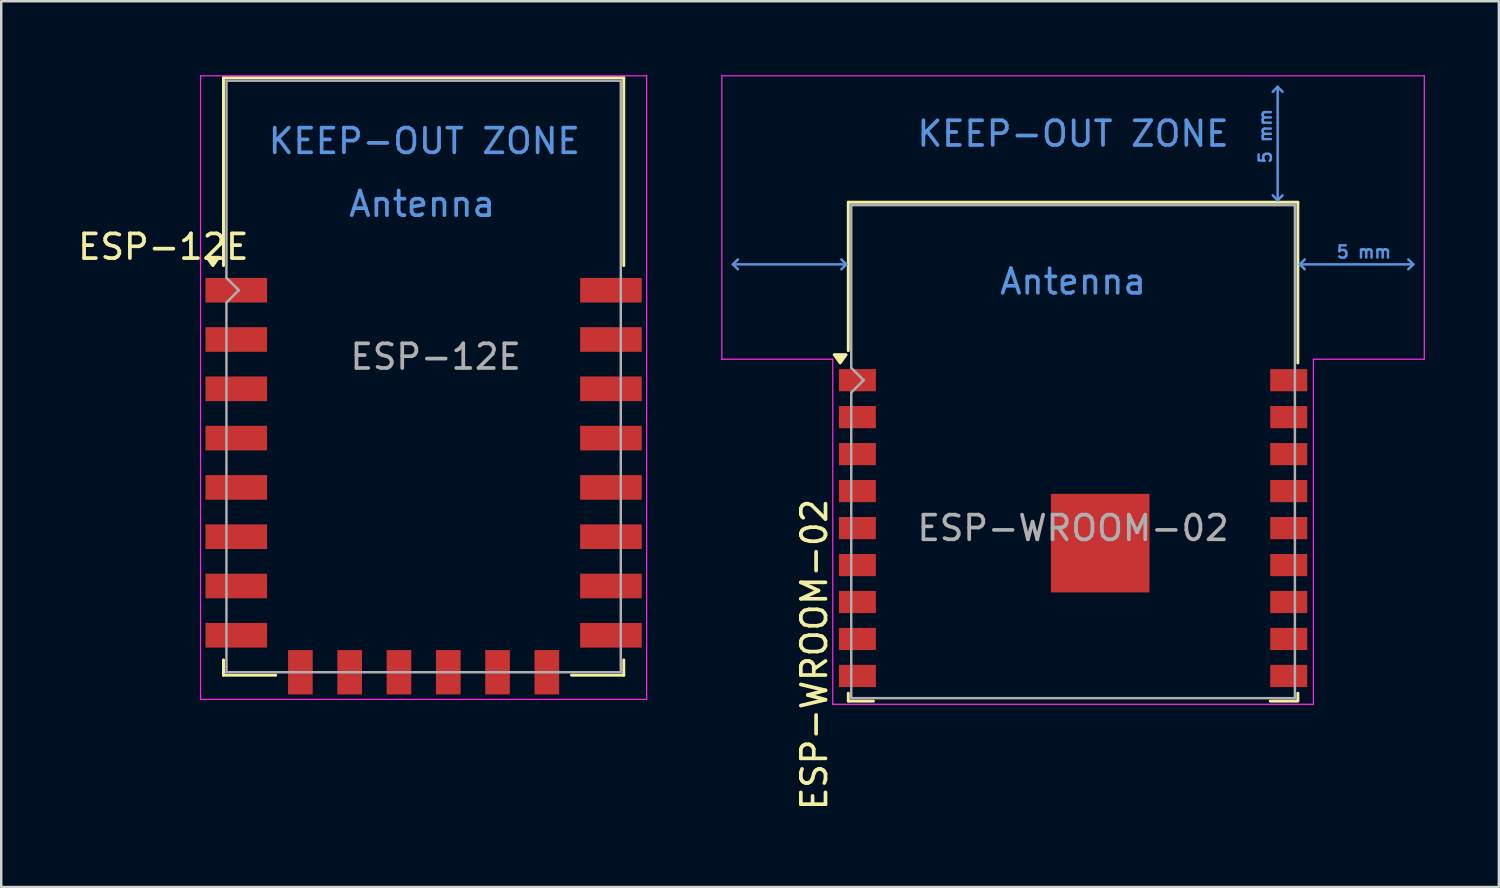
<source format=kicad_pcb>
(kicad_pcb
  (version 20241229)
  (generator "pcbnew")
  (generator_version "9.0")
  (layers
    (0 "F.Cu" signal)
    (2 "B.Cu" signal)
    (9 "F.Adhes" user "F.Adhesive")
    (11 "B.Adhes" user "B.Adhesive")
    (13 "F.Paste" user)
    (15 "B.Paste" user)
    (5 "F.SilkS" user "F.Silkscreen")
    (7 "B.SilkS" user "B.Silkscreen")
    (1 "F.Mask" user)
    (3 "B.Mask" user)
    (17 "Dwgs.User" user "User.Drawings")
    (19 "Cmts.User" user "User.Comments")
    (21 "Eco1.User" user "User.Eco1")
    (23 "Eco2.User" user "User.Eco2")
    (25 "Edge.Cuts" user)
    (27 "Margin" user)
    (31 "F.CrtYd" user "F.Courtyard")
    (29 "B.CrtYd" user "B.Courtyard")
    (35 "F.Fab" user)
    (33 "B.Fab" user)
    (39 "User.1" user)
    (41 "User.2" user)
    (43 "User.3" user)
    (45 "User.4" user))
  (footprint "ESP-WROOM-02"
    (layer "F.Cu")
    (at 40.487 18.375)
    (property "Reference" "ESP-WROOM-02" (at -10.5 5.13 90) (layer "F.SilkS") (effects (font (size 1 1) (thickness 0.15))))
    (attr smd)
    (fp_line (start -9.12 -13.22) (end -9.12 -7.2) (stroke (width 0.12) (type solid)) (layer "F.SilkS"))
    (fp_line (start -9.12 -13.22) (end 9.12 -13.22) (stroke (width 0.12) (type solid)) (layer "F.SilkS"))
    (fp_line (start -9.12 6.7) (end -9.12 7.02) (stroke (width 0.12) (type solid)) (layer "F.SilkS"))
    (fp_line (start -9.12 7.02) (end -8.1 7.02) (stroke (width 0.12) (type solid)) (layer "F.SilkS"))
    (fp_line (start 8 7.02) (end 9.12 7.02) (stroke (width 0.12) (type solid)) (layer "F.SilkS"))
    (fp_line (start 9.12 -13.22) (end 9.12 -6.7) (stroke (width 0.12) (type solid)) (layer "F.SilkS"))
    (fp_line (start 9.12 6.7) (end 9.12 7) (stroke (width 0.12) (type solid)) (layer "F.SilkS"))
    (fp_poly (pts (xy -9.45 -6.7) (xy -9.69 -7.036) (xy -9.21 -7.036) (xy -9.45 -6.7)) (stroke (width 0.12) (type solid)) (fill yes) (layer "F.SilkS"))
    (fp_line (start -13.8 -10.7) (end -13.6 -10.9) (stroke (width 0.1) (type solid)) (layer "Cmts.User"))
    (fp_line (start -13.8 -10.7) (end -13.6 -10.5) (stroke (width 0.1) (type solid)) (layer "Cmts.User"))
    (fp_line (start -13.8 -10.7) (end -9.2 -10.7) (stroke (width 0.1) (type solid)) (layer "Cmts.User"))
    (fp_line (start -9.2 -10.7) (end -9.4 -10.9) (stroke (width 0.1) (type solid)) (layer "Cmts.User"))
    (fp_line (start -9.2 -10.7) (end -9.4 -10.5) (stroke (width 0.1) (type solid)) (layer "Cmts.User"))
    (fp_line (start 8.3 -17.9) (end 8.1 -17.7) (stroke (width 0.1) (type solid)) (layer "Cmts.User"))
    (fp_line (start 8.3 -17.9) (end 8.5 -17.7) (stroke (width 0.1) (type solid)) (layer "Cmts.User"))
    (fp_line (start 8.3 -13.3) (end 8.1 -13.5) (stroke (width 0.1) (type solid)) (layer "Cmts.User"))
    (fp_line (start 8.3 -13.3) (end 8.3 -17.9) (stroke (width 0.1) (type solid)) (layer "Cmts.User"))
    (fp_line (start 8.3 -13.3) (end 8.5 -13.5) (stroke (width 0.1) (type solid)) (layer "Cmts.User"))
    (fp_line (start 9.2 -10.7) (end 9.4 -10.9) (stroke (width 0.1) (type solid)) (layer "Cmts.User"))
    (fp_line (start 9.2 -10.7) (end 9.4 -10.5) (stroke (width 0.1) (type solid)) (layer "Cmts.User"))
    (fp_line (start 9.2 -10.7) (end 13.8 -10.7) (stroke (width 0.1) (type solid)) (layer "Cmts.User"))
    (fp_line (start 13.8 -10.7) (end 13.6 -10.9) (stroke (width 0.1) (type solid)) (layer "Cmts.User"))
    (fp_line (start 13.8 -10.7) (end 13.6 -10.5) (stroke (width 0.1) (type solid)) (layer "Cmts.User"))
    (fp_line (start -14.25 -18.35) (end -14.25 -6.85) (stroke (width 0.05) (type solid)) (layer "F.CrtYd"))
    (fp_line (start -14.25 -18.35) (end 14.25 -18.35) (stroke (width 0.05) (type solid)) (layer "F.CrtYd"))
    (fp_line (start -14.25 -6.85) (end -9.75 -6.85) (stroke (width 0.05) (type solid)) (layer "F.CrtYd"))
    (fp_line (start -9.75 7.15) (end -9.75 -6.85) (stroke (width 0.05) (type solid)) (layer "F.CrtYd"))
    (fp_line (start -9.75 7.15) (end 9.75 7.15) (stroke (width 0.05) (type solid)) (layer "F.CrtYd"))
    (fp_line (start 9.75 -6.85) (end 9.75 7.15) (stroke (width 0.05) (type solid)) (layer "F.CrtYd"))
    (fp_line (start 9.75 -6.85) (end 14.25 -6.85) (stroke (width 0.05) (type solid)) (layer "F.CrtYd"))
    (fp_line (start 14.25 -18.35) (end 14.25 -6.85) (stroke (width 0.05) (type solid)) (layer "F.CrtYd"))
    (fp_line (start -9 -13.1) (end -9 -6.5) (stroke (width 0.1) (type solid)) (layer "F.Fab"))
    (fp_line (start -9 -13.1) (end 9 -13.1) (stroke (width 0.1) (type solid)) (layer "F.Fab"))
    (fp_line (start -9 -6.5) (end -8.5 -6) (stroke (width 0.1) (type solid)) (layer "F.Fab"))
    (fp_line (start -9 -5.5) (end -9 6.9) (stroke (width 0.1) (type solid)) (layer "F.Fab"))
    (fp_line (start -9 6.9) (end 9 6.9) (stroke (width 0.1) (type solid)) (layer "F.Fab"))
    (fp_line (start -8.5 -6) (end -9 -5.5) (stroke (width 0.1) (type solid)) (layer "F.Fab"))
    (fp_line (start 9 6.9) (end 9 -13.1) (stroke (width 0.1) (type solid)) (layer "F.Fab"))
    (fp_text user "KEEP-OUT ZONE" (at 0 -16 0) (layer "Cmts.User") (effects (font (size 1 1) (thickness 0.15))))
    (fp_text user "5 mm" (at 11.8 -11.2 0) (layer "Cmts.User") (effects (font (size 0.5 0.5) (thickness 0.1))))
    (fp_text user "Antenna" (at 0 -10 0) (layer "Cmts.User") (effects (font (size 1 1) (thickness 0.15))))
    (fp_text user "5 mm" (at 7.8 -15.9 90) (layer "Cmts.User") (effects (font (size 0.5 0.5) (thickness 0.1))))
    (fp_text user "${REFERENCE}" (at 0 0 0) (layer "F.Fab") (effects (font (size 1 1) (thickness 0.15))))
    (pad "1" smd rect (at -8.75 -6) (size 1.5 0.9) (layers "F.Cu" "F.Mask" "F.Paste"))
    (pad "2" smd rect (at -8.75 -4.5) (size 1.5 0.9) (layers "F.Cu" "F.Mask" "F.Paste"))
    (pad "3" smd rect (at -8.75 -3) (size 1.5 0.9) (layers "F.Cu" "F.Mask" "F.Paste"))
    (pad "4" smd rect (at -8.75 -1.5) (size 1.5 0.9) (layers "F.Cu" "F.Mask" "F.Paste"))
    (pad "5" smd rect (at -8.75 0) (size 1.5 0.9) (layers "F.Cu" "F.Mask" "F.Paste"))
    (pad "6" smd rect (at -8.75 1.5) (size 1.5 0.9) (layers "F.Cu" "F.Mask" "F.Paste"))
    (pad "7" smd rect (at -8.75 3) (size 1.5 0.9) (layers "F.Cu" "F.Mask" "F.Paste"))
    (pad "8" smd rect (at -8.75 4.5) (size 1.5 0.9) (layers "F.Cu" "F.Mask" "F.Paste"))
    (pad "9" smd rect (at -8.75 6) (size 1.5 0.9) (layers "F.Cu" "F.Mask" "F.Paste"))
    (pad "10" smd rect (at 8.75 6) (size 1.5 0.9) (layers "F.Cu" "F.Mask" "F.Paste"))
    (pad "11" smd rect (at 8.75 4.5) (size 1.5 0.9) (layers "F.Cu" "F.Mask" "F.Paste"))
    (pad "12" smd rect (at 8.75 3) (size 1.5 0.9) (layers "F.Cu" "F.Mask" "F.Paste"))
    (pad "13" smd rect (at 8.75 1.5) (size 1.5 0.9) (layers "F.Cu" "F.Mask" "F.Paste"))
    (pad "14" smd rect (at 8.75 0) (size 1.5 0.9) (layers "F.Cu" "F.Mask" "F.Paste"))
    (pad "15" smd rect (at 8.75 -1.5) (size 1.5 0.9) (layers "F.Cu" "F.Mask" "F.Paste"))
    (pad "16" smd rect (at 8.75 -3) (size 1.5 0.9) (layers "F.Cu" "F.Mask" "F.Paste"))
    (pad "17" smd rect (at 8.75 -4.5) (size 1.5 0.9) (layers "F.Cu" "F.Mask" "F.Paste"))
    (pad "18" smd rect (at 8.75 -6) (size 1.5 0.9) (layers "F.Cu" "F.Mask" "F.Paste"))
    (pad "19" smd rect (at 1.1 0.61) (size 4 4) (layers "F.Cu" "F.Mask" "F.Paste"))
    (zone (net_name "") (layers "F.Cu" "B.Cu") (hatch full 0.508) (connect_pads) (min_thickness 0.254) (filled_areas_thickness no) (keepout (tracks not_allowed) (vias not_allowed) (pads not_allowed) (copperpour not_allowed) (footprints not_allowed)) (placement (enabled no)) (fill) (polygon (pts (xy 26.487 11.275) (xy 54.487 11.275) (xy 54.487 0.275) (xy 26.487 0.275)))))
  (footprint "ESP-12E"
    (layer "F.Cu")
    (at 14.137 12.225)
    (property "Reference" "ESP-12E" (at -10.56 -5.26 0) (layer "F.SilkS") (effects (font (size 1 1) (thickness 0.15))))
    (attr smd)
    (fp_line (start -8.12 -12.12) (end 8.12 -12.12) (stroke (width 0.12) (type solid)) (layer "F.SilkS"))
    (fp_line (start -8.12 -4.5) (end -8.12 -12.12) (stroke (width 0.12) (type solid)) (layer "F.SilkS"))
    (fp_line (start -8.12 12.12) (end -8.12 11.5) (stroke (width 0.12) (type solid)) (layer "F.SilkS"))
    (fp_line (start -6 12.12) (end -8.12 12.12) (stroke (width 0.12) (type solid)) (layer "F.SilkS"))
    (fp_line (start 8.12 -12.12) (end 8.12 -4.5) (stroke (width 0.12) (type solid)) (layer "F.SilkS"))
    (fp_line (start 8.12 11.5) (end 8.12 12.12) (stroke (width 0.12) (type solid)) (layer "F.SilkS"))
    (fp_line (start 8.12 12.12) (end 6 12.12) (stroke (width 0.12) (type solid)) (layer "F.SilkS"))
    (fp_poly (pts (xy -8.55 -4.5) (xy -8.79 -4.836) (xy -8.31 -4.836) (xy -8.55 -4.5)) (stroke (width 0.12) (type solid)) (fill yes) (layer "F.SilkS"))
    (fp_line (start -9.05 -12.2) (end 9.05 -12.2) (stroke (width 0.05) (type solid)) (layer "F.CrtYd"))
    (fp_line (start -9.05 13.1) (end -9.05 -12.2) (stroke (width 0.05) (type solid)) (layer "F.CrtYd"))
    (fp_line (start 9.05 -12.2) (end 9.05 13.1) (stroke (width 0.05) (type solid)) (layer "F.CrtYd"))
    (fp_line (start 9.05 13.1) (end -9.05 13.1) (stroke (width 0.05) (type solid)) (layer "F.CrtYd"))
    (fp_line (start -8 -12) (end 8 -12) (stroke (width 0.1) (type solid)) (layer "F.Fab"))
    (fp_line (start -8 -4) (end -8 -12) (stroke (width 0.1) (type solid)) (layer "F.Fab"))
    (fp_line (start -8 -3) (end -7.5 -3.5) (stroke (width 0.1) (type solid)) (layer "F.Fab"))
    (fp_line (start -8 12) (end -8 -3) (stroke (width 0.1) (type solid)) (layer "F.Fab"))
    (fp_line (start -7.5 -3.5) (end -8 -4) (stroke (width 0.1) (type solid)) (layer "F.Fab"))
    (fp_line (start 8 -12) (end 8 12) (stroke (width 0.1) (type solid)) (layer "F.Fab"))
    (fp_line (start 8 12) (end -8 12) (stroke (width 0.1) (type solid)) (layer "F.Fab"))
    (fp_text user "KEEP-OUT ZONE" (at 0.03 -9.55 180) (layer "Cmts.User") (effects (font (size 1 1) (thickness 0.15))))
    (fp_text user "Antenna" (at -0.06 -7 180) (layer "Cmts.User") (effects (font (size 1 1) (thickness 0.15))))
    (fp_text user "${REFERENCE}" (at 0.49 -0.8 0) (layer "F.Fab") (effects (font (size 1 1) (thickness 0.15))))
    (pad "1" smd rect (at -7.6 -3.5) (size 2.5 1) (layers "F.Cu" "F.Mask" "F.Paste"))
    (pad "2" smd rect (at -7.6 -1.5) (size 2.5 1) (layers "F.Cu" "F.Mask" "F.Paste"))
    (pad "3" smd rect (at -7.6 0.5) (size 2.5 1) (layers "F.Cu" "F.Mask" "F.Paste"))
    (pad "4" smd rect (at -7.6 2.5) (size 2.5 1) (layers "F.Cu" "F.Mask" "F.Paste"))
    (pad "5" smd rect (at -7.6 4.5) (size 2.5 1) (layers "F.Cu" "F.Mask" "F.Paste"))
    (pad "6" smd rect (at -7.6 6.5) (size 2.5 1) (layers "F.Cu" "F.Mask" "F.Paste"))
    (pad "7" smd rect (at -7.6 8.5) (size 2.5 1) (layers "F.Cu" "F.Mask" "F.Paste"))
    (pad "8" smd rect (at -7.6 10.5) (size 2.5 1) (layers "F.Cu" "F.Mask" "F.Paste"))
    (pad "9" smd rect (at -5 12) (size 1 1.8) (layers "F.Cu" "F.Mask" "F.Paste"))
    (pad "10" smd rect (at -3 12) (size 1 1.8) (layers "F.Cu" "F.Mask" "F.Paste"))
    (pad "11" smd rect (at -1 12) (size 1 1.8) (layers "F.Cu" "F.Mask" "F.Paste"))
    (pad "12" smd rect (at 1 12) (size 1 1.8) (layers "F.Cu" "F.Mask" "F.Paste"))
    (pad "13" smd rect (at 3 12) (size 1 1.8) (layers "F.Cu" "F.Mask" "F.Paste"))
    (pad "14" smd rect (at 5 12) (size 1 1.8) (layers "F.Cu" "F.Mask" "F.Paste"))
    (pad "15" smd rect (at 7.6 10.5) (size 2.5 1) (layers "F.Cu" "F.Mask" "F.Paste"))
    (pad "16" smd rect (at 7.6 8.5) (size 2.5 1) (layers "F.Cu" "F.Mask" "F.Paste"))
    (pad "17" smd rect (at 7.6 6.5) (size 2.5 1) (layers "F.Cu" "F.Mask" "F.Paste"))
    (pad "18" smd rect (at 7.6 4.5) (size 2.5 1) (layers "F.Cu" "F.Mask" "F.Paste"))
    (pad "19" smd rect (at 7.6 2.5) (size 2.5 1) (layers "F.Cu" "F.Mask" "F.Paste"))
    (pad "20" smd rect (at 7.6 0.5) (size 2.5 1) (layers "F.Cu" "F.Mask" "F.Paste"))
    (pad "21" smd rect (at 7.6 -1.5) (size 2.5 1) (layers "F.Cu" "F.Mask" "F.Paste"))
    (pad "22" smd rect (at 7.6 -3.5) (size 2.5 1) (layers "F.Cu" "F.Mask" "F.Paste"))
    (zone (net_name "") (layers "F.Cu" "B.Cu") (hatch full 0.508) (connect_pads) (min_thickness 0.254) (filled_areas_thickness no) (keepout (tracks not_allowed) (vias not_allowed) (pads not_allowed) (copperpour not_allowed) (footprints not_allowed)) (placement (enabled no)) (fill) (polygon (pts (xy 6.017 7.425) (xy 22.257 7.425) (xy 22.257 0.105) (xy 6.017 0.105)))))
  (gr_rect
    (start -3 -3)
    (end 57.762 32.94)
    (stroke (width 0.1) (type default))
    (fill no)
    (layer "Edge.Cuts")))
</source>
